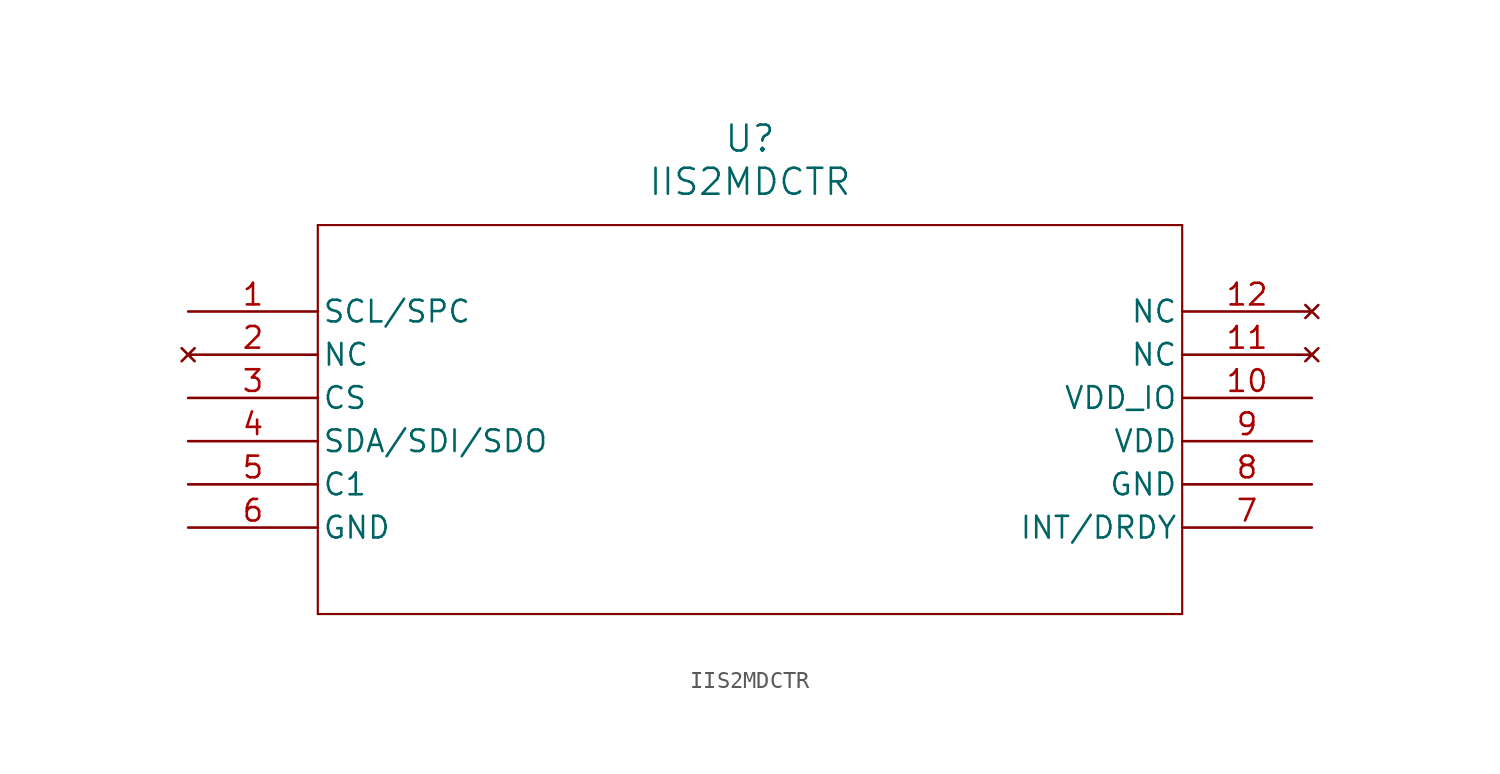
<source format=kicad_sym>
(kicad_symbol_lib
  (version 20211014)
  (generator kicad_symbol_editor)
  (symbol "IIS2MDCTR"
    (pin_names
      (offset 0.254))
    (property "Reference" "U"
      (at 33.02 10.16 0)
      (effects (font (size 1.524 1.524))))
    (property "Value" "IIS2MDCTR"
      (at 33.02 7.62 0)
      (effects (font (size 1.524 1.524))))
    (symbol "IIS2MDCTR_0_1"
      (polyline (pts (xy 7.62 5.08) (xy 7.62 -17.78)) (stroke (width 0.127) (type default) (color 0 0 0 0)) (fill (type none)))
      (polyline (pts (xy 7.62 -17.78) (xy 58.42 -17.78)) (stroke (width 0.127) (type default) (color 0 0 0 0)) (fill (type none)))
      (polyline (pts (xy 58.42 -17.78) (xy 58.42 5.08)) (stroke (width 0.127) (type default) (color 0 0 0 0)) (fill (type none)))
      (polyline (pts (xy 58.42 5.08) (xy 7.62 5.08)) (stroke (width 0.127) (type default) (color 0 0 0 0)) (fill (type none)))
      (pin bidirectional line (at 0 0 0) (length 7.62) (name "SCL/SPC" (effects (font (size 1.27 1.27)))) (number "1" (effects (font (size 1.27 1.27)))))
      (pin no_connect line (at 0 -2.54 0) (length 7.62) (name "NC" (effects (font (size 1.27 1.27)))) (number "2" (effects (font (size 1.27 1.27)))))
      (pin input line (at 0 -5.08 0) (length 7.62) (name "CS" (effects (font (size 1.27 1.27)))) (number "3" (effects (font (size 1.27 1.27)))))
      (pin bidirectional line (at 0 -7.62 0) (length 7.62) (name "SDA/SDI/SDO" (effects (font (size 1.27 1.27)))) (number "4" (effects (font (size 1.27 1.27)))))
      (pin unspecified line (at 0 -10.16 0) (length 7.62) (name "C1" (effects (font (size 1.27 1.27)))) (number "5" (effects (font (size 1.27 1.27)))))
      (pin power_out line (at 0 -12.7 0) (length 7.62) (name "GND" (effects (font (size 1.27 1.27)))) (number "6" (effects (font (size 1.27 1.27)))))
      (pin output line (at 66.04 -12.7 180) (length 7.62) (name "INT/DRDY" (effects (font (size 1.27 1.27)))) (number "7" (effects (font (size 1.27 1.27)))))
      (pin power_out line (at 66.04 -10.16 180) (length 7.62) (name "GND" (effects (font (size 1.27 1.27)))) (number "8" (effects (font (size 1.27 1.27)))))
      (pin power_in line (at 66.04 -7.62 180) (length 7.62) (name "VDD" (effects (font (size 1.27 1.27)))) (number "9" (effects (font (size 1.27 1.27)))))
      (pin power_in line (at 66.04 -5.08 180) (length 7.62) (name "VDD_IO" (effects (font (size 1.27 1.27)))) (number "10" (effects (font (size 1.27 1.27)))))
      (pin no_connect line (at 66.04 -2.54 180) (length 7.62) (name "NC" (effects (font (size 1.27 1.27)))) (number "11" (effects (font (size 1.27 1.27)))))
      (pin no_connect line (at 66.04 0 180) (length 7.62) (name "NC" (effects (font (size 1.27 1.27)))) (number "12" (effects (font (size 1.27 1.27))))))))
</source>
